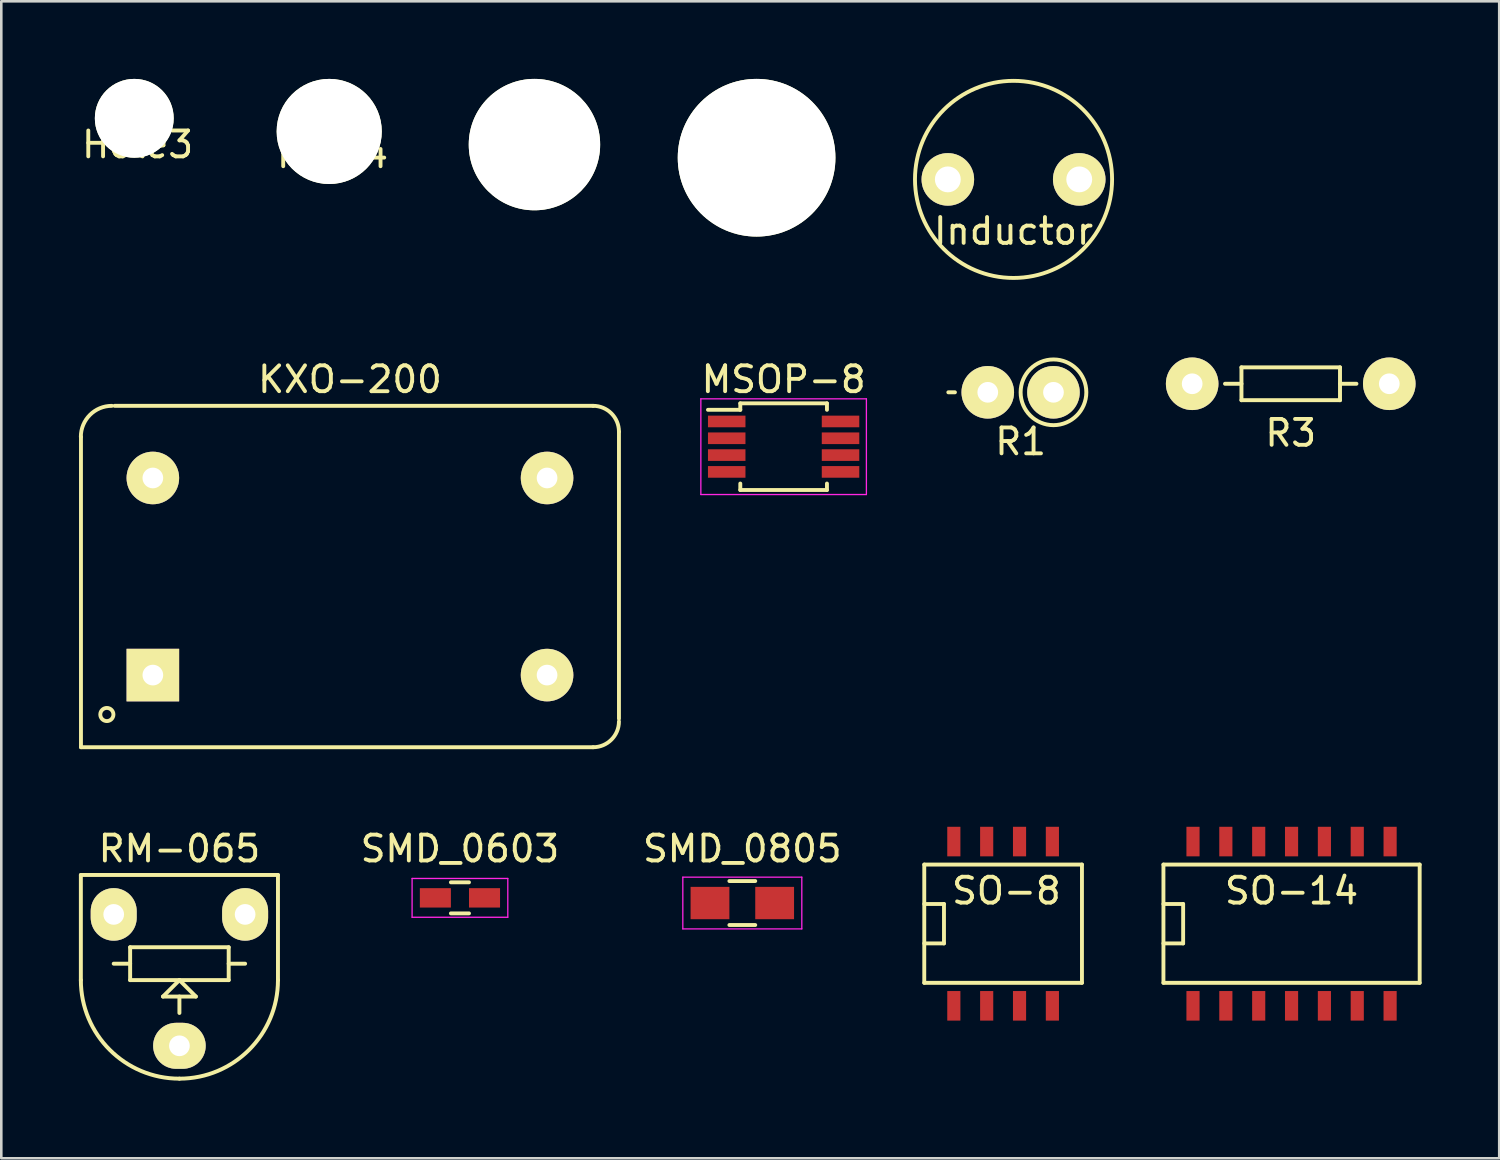
<source format=kicad_pcb>
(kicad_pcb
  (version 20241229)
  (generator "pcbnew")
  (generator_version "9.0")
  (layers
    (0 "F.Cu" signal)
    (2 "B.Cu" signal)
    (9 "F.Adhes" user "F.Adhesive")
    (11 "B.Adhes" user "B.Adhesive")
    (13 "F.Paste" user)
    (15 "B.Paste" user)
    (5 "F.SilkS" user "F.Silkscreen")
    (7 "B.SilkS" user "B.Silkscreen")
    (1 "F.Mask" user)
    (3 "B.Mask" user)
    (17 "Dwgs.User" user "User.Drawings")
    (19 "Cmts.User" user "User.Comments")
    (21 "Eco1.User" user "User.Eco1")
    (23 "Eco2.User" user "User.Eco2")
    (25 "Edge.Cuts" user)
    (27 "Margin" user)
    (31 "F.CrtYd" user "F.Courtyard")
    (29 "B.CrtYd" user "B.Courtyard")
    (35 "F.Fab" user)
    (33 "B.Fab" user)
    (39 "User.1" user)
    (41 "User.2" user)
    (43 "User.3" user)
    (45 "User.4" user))
  (footprint "MSOP-8"
    (layer "F.Cu")
    (at 27.244 14.218)
    (property "Reference" "MSOP-8" (at 0 -2.6 0) (layer "F.SilkS") (effects (font (size 1 1) (thickness 0.15))))
    (attr smd)
    (fp_line (start -1.675 -1.675) (end -1.675 -1.425) (stroke (width 0.15) (type solid)) (layer "F.SilkS"))
    (fp_line (start -1.675 -1.675) (end 1.675 -1.675) (stroke (width 0.15) (type solid)) (layer "F.SilkS"))
    (fp_line (start -1.675 -1.425) (end -2.925 -1.425) (stroke (width 0.15) (type solid)) (layer "F.SilkS"))
    (fp_line (start -1.675 1.675) (end -1.675 1.425) (stroke (width 0.15) (type solid)) (layer "F.SilkS"))
    (fp_line (start -1.675 1.675) (end 1.675 1.675) (stroke (width 0.15) (type solid)) (layer "F.SilkS"))
    (fp_line (start 1.675 -1.675) (end 1.675 -1.425) (stroke (width 0.15) (type solid)) (layer "F.SilkS"))
    (fp_line (start 1.675 1.675) (end 1.675 1.425) (stroke (width 0.15) (type solid)) (layer "F.SilkS"))
    (fp_line (start -3.2 -1.85) (end -3.2 1.85) (stroke (width 0.05) (type solid)) (layer "F.CrtYd"))
    (fp_line (start -3.2 -1.85) (end 3.2 -1.85) (stroke (width 0.05) (type solid)) (layer "F.CrtYd"))
    (fp_line (start -3.2 1.85) (end 3.2 1.85) (stroke (width 0.05) (type solid)) (layer "F.CrtYd"))
    (fp_line (start 3.2 -1.85) (end 3.2 1.85) (stroke (width 0.05) (type solid)) (layer "F.CrtYd"))
    (pad "1" smd rect (at -2.2 -0.975) (size 1.45 0.45) (layers "F.Cu" "F.Mask" "F.Paste"))
    (pad "2" smd rect (at -2.2 -0.325) (size 1.45 0.45) (layers "F.Cu" "F.Mask" "F.Paste"))
    (pad "3" smd rect (at -2.2 0.325) (size 1.45 0.45) (layers "F.Cu" "F.Mask" "F.Paste"))
    (pad "4" smd rect (at -2.2 0.975) (size 1.45 0.45) (layers "F.Cu" "F.Mask" "F.Paste"))
    (pad "5" smd rect (at 2.2 0.975) (size 1.45 0.45) (layers "F.Cu" "F.Mask" "F.Paste"))
    (pad "6" smd rect (at 2.2 0.325) (size 1.45 0.45) (layers "F.Cu" "F.Mask" "F.Paste"))
    (pad "7" smd rect (at 2.2 -0.325) (size 1.45 0.45) (layers "F.Cu" "F.Mask" "F.Paste"))
    (pad "8" smd rect (at 2.2 -0.975) (size 1.45 0.45) (layers "F.Cu" "F.Mask" "F.Paste")))
  (footprint "SO-14"
    (layer "F.Cu")
    (at 46.88 32.659)
    (property "Reference" "SO-14" (at 0 -1.27 0) (layer "F.SilkS") (effects (font (size 1 1) (thickness 0.15))))
    (attr smd)
    (fp_line (start -4.953 -2.286) (end 4.953 -2.286) (stroke (width 0.15) (type solid)) (layer "F.SilkS"))
    (fp_line (start -4.953 -0.762) (end -4.191 -0.762) (stroke (width 0.15) (type solid)) (layer "F.SilkS"))
    (fp_line (start -4.953 2.286) (end -4.953 -2.286) (stroke (width 0.15) (type solid)) (layer "F.SilkS"))
    (fp_line (start -4.191 -0.762) (end -4.191 0.762) (stroke (width 0.15) (type solid)) (layer "F.SilkS"))
    (fp_line (start -4.191 0.762) (end -4.953 0.762) (stroke (width 0.15) (type solid)) (layer "F.SilkS"))
    (fp_line (start 4.953 -2.286) (end 4.953 2.286) (stroke (width 0.15) (type solid)) (layer "F.SilkS"))
    (fp_line (start 4.953 2.286) (end -4.953 2.286) (stroke (width 0.15) (type solid)) (layer "F.SilkS"))
    (pad "1" smd rect (at -3.81 3.175) (size 0.508 1.143) (layers "F.Cu" "F.Mask" "F.Paste"))
    (pad "2" smd rect (at -2.54 3.175) (size 0.508 1.143) (layers "F.Cu" "F.Mask" "F.Paste"))
    (pad "3" smd rect (at -1.27 3.175) (size 0.508 1.143) (layers "F.Cu" "F.Mask" "F.Paste"))
    (pad "4" smd rect (at 0 3.175) (size 0.508 1.143) (layers "F.Cu" "F.Mask" "F.Paste"))
    (pad "5" smd rect (at 1.27 3.175) (size 0.508 1.143) (layers "F.Cu" "F.Mask" "F.Paste"))
    (pad "6" smd rect (at 2.54 3.175) (size 0.508 1.143) (layers "F.Cu" "F.Mask" "F.Paste"))
    (pad "7" smd rect (at 3.81 3.175) (size 0.508 1.143) (layers "F.Cu" "F.Mask" "F.Paste"))
    (pad "8" smd rect (at 3.81 -3.175) (size 0.508 1.143) (layers "F.Cu" "F.Mask" "F.Paste"))
    (pad "9" smd rect (at 2.54 -3.175) (size 0.508 1.143) (layers "F.Cu" "F.Mask" "F.Paste"))
    (pad "10" smd rect (at 1.27 -3.175) (size 0.508 1.143) (layers "F.Cu" "F.Mask" "F.Paste"))
    (pad "11" smd rect (at 0 -3.175) (size 0.508 1.143) (layers "F.Cu" "F.Mask" "F.Paste"))
    (pad "12" smd rect (at -1.27 -3.175) (size 0.508 1.143) (layers "F.Cu" "F.Mask" "F.Paste"))
    (pad "13" smd rect (at -2.54 -3.175) (size 0.508 1.143) (layers "F.Cu" "F.Mask" "F.Paste"))
    (pad "14" smd rect (at -3.81 -3.175) (size 0.508 1.143) (layers "F.Cu" "F.Mask" "F.Paste")))
  (footprint "Inductor"
    (layer "F.Cu")
    (at 36.132 3.885)
    (property "Reference" "Inductor" (at 0 1.999 0) (layer "F.SilkS") (effects (font (size 1 1) (thickness 0.15))))
    (attr through_hole)
    (fp_circle (center 0 0) (end 3.81 0) (stroke (width 0.15) (type solid)) (fill no) (layer "F.SilkS"))
    (pad "1" thru_hole circle (at -2.54 0) (size 2.032 2.032) (drill 1) (layers "*.Cu" "*.Mask" "F.SilkS"))
    (pad "2" thru_hole circle (at 2.54 0) (size 2.032 2.032) (drill 1) (layers "*.Cu" "*.Mask" "F.SilkS")))
  (footprint "Hole4"
    (layer "F.Cu")
    (at 9.677 2.032)
    (property "Reference" "Hole4" (at 0.127 0.889 0) (layer "F.SilkS") (effects (font (size 1 1) (thickness 0.15))))
    (attr through_hole)
    (pad "" np_thru_hole circle (at 0 0) (size 4.064 4.064) (drill 4.064) (layers "*.Cu" "*.Mask" "F.SilkS")))
  (footprint "R1"
    (layer "F.Cu")
    (at 36.406 12.116)
    (property "Reference" "R1" (at 0 1.905 0) (layer "F.SilkS") (effects (font (size 1 1) (thickness 0.15))))
    (attr through_hole)
    (fp_line (start -2.54 0) (end -2.794 0) (stroke (width 0.152) (type solid)) (layer "F.SilkS"))
    (fp_circle (center 1.27 0) (end 2.286 -0.762) (stroke (width 0.152) (type solid)) (fill no) (layer "F.SilkS"))
    (pad "1" thru_hole circle (at 1.27 0) (size 2.032 2.032) (drill 0.8) (layers "*.Cu" "*.Mask" "F.SilkS"))
    (pad "2" thru_hole circle (at -1.27 0) (size 2.032 2.032) (drill 0.8) (layers "*.Cu" "*.Mask" "F.SilkS")))
  (footprint "Hole6"
    (layer "F.Cu")
    (at 26.199 3.048)
    (property "Reference" "Hole6" (at 0.127 1.016 0) (layer "F.SilkS") (effects (font (size 1 1) (thickness 0.15))))
    (attr through_hole)
    (pad "" np_thru_hole circle (at 0 0) (size 6.096 6.096) (drill 6.096) (layers "*.Cu" "*.Mask" "F.SilkS")))
  (footprint "R3"
    (layer "F.Cu")
    (at 46.848 11.786)
    (property "Reference" "R3" (at 0 1.905 0) (layer "F.SilkS") (effects (font (size 1 1) (thickness 0.15))))
    (attr through_hole)
    (fp_line (start -2.54 0) (end -1.905 0) (stroke (width 0.152) (type solid)) (layer "F.SilkS"))
    (fp_line (start -1.905 -0.635) (end -1.905 0.635) (stroke (width 0.152) (type solid)) (layer "F.SilkS"))
    (fp_line (start -1.905 0.635) (end 1.905 0.635) (stroke (width 0.152) (type solid)) (layer "F.SilkS"))
    (fp_line (start 1.905 -0.635) (end -1.905 -0.635) (stroke (width 0.152) (type solid)) (layer "F.SilkS"))
    (fp_line (start 1.905 0.635) (end 1.905 -0.635) (stroke (width 0.152) (type solid)) (layer "F.SilkS"))
    (fp_line (start 2.54 0) (end 1.905 0) (stroke (width 0.152) (type solid)) (layer "F.SilkS"))
    (pad "1" thru_hole circle (at 3.81 0) (size 2.032 2.032) (drill 0.8) (layers "*.Cu" "*.Mask" "F.SilkS"))
    (pad "2" thru_hole circle (at -3.81 0) (size 2.032 2.032) (drill 0.8) (layers "*.Cu" "*.Mask" "F.SilkS")))
  (footprint "Hole3"
    (layer "F.Cu")
    (at 2.141 1.524)
    (property "Reference" "Hole3" (at 0.127 1.016 0) (layer "F.SilkS") (effects (font (size 1 1) (thickness 0.15))))
    (attr through_hole)
    (pad "" np_thru_hole circle (at 0 0) (size 3.048 3.048) (drill 3.048) (layers "*.Cu" "*.Mask" "F.SilkS")))
  (footprint "SMD_0603"
    (layer "F.Cu")
    (at 14.731 31.66)
    (property "Reference" "SMD_0603" (at 0 -1.9 0) (layer "F.SilkS") (effects (font (size 1 1) (thickness 0.15))))
    (attr smd)
    (fp_line (start -0.35 -0.6) (end 0.35 -0.6) (stroke (width 0.15) (type solid)) (layer "F.SilkS"))
    (fp_line (start 0.35 0.6) (end -0.35 0.6) (stroke (width 0.15) (type solid)) (layer "F.SilkS"))
    (fp_line (start -1.85 -0.75) (end -1.85 0.75) (stroke (width 0.05) (type solid)) (layer "F.CrtYd"))
    (fp_line (start -1.85 -0.75) (end 1.85 -0.75) (stroke (width 0.05) (type solid)) (layer "F.CrtYd"))
    (fp_line (start -1.85 0.75) (end 1.85 0.75) (stroke (width 0.05) (type solid)) (layer "F.CrtYd"))
    (fp_line (start 1.85 -0.75) (end 1.85 0.75) (stroke (width 0.05) (type solid)) (layer "F.CrtYd"))
    (pad "1" smd rect (at -0.95 0) (size 1.2 0.75) (layers "F.Cu" "F.Mask" "F.Paste"))
    (pad "2" smd rect (at 0.95 0) (size 1.2 0.75) (layers "F.Cu" "F.Mask" "F.Paste")))
  (footprint "Hole5"
    (layer "F.Cu")
    (at 17.611 2.54)
    (property "Reference" "Hole5" (at 0.127 1.016 0) (layer "F.SilkS") (effects (font (size 1 1) (thickness 0.15))))
    (attr through_hole)
    (pad "" np_thru_hole circle (at 0 0) (size 5.08 5.08) (drill 5.08) (layers "*.Cu" "*.Mask" "F.SilkS")))
  (footprint "SMD_0805"
    (layer "F.Cu")
    (at 25.647 31.86)
    (property "Reference" "SMD_0805" (at 0 -2.1 0) (layer "F.SilkS") (effects (font (size 1 1) (thickness 0.15))))
    (attr smd)
    (fp_line (start -0.5 0.85) (end 0.5 0.85) (stroke (width 0.15) (type solid)) (layer "F.SilkS"))
    (fp_line (start 0.5 -0.85) (end -0.5 -0.85) (stroke (width 0.15) (type solid)) (layer "F.SilkS"))
    (fp_line (start -2.3 -1) (end -2.3 1) (stroke (width 0.05) (type solid)) (layer "F.CrtYd"))
    (fp_line (start -2.3 -1) (end 2.3 -1) (stroke (width 0.05) (type solid)) (layer "F.CrtYd"))
    (fp_line (start -2.3 1) (end 2.3 1) (stroke (width 0.05) (type solid)) (layer "F.CrtYd"))
    (fp_line (start 2.3 -1) (end 2.3 1) (stroke (width 0.05) (type solid)) (layer "F.CrtYd"))
    (pad "1" smd rect (at -1.25 0) (size 1.5 1.25) (layers "F.Cu" "F.Mask" "F.Paste"))
    (pad "2" smd rect (at 1.25 0) (size 1.5 1.25) (layers "F.Cu" "F.Mask" "F.Paste")))
  (footprint "SO-8"
    (layer "F.Cu")
    (at 35.729 32.659)
    (property "Reference" "SO-8" (at 0.127 -1.27 0) (layer "F.SilkS") (effects (font (size 1 1) (thickness 0.15))))
    (attr smd)
    (fp_line (start -3.048 -2.286) (end 3.048 -2.286) (stroke (width 0.15) (type solid)) (layer "F.SilkS"))
    (fp_line (start -3.048 -0.762) (end -2.286 -0.762) (stroke (width 0.15) (type solid)) (layer "F.SilkS"))
    (fp_line (start -3.048 2.286) (end -3.048 -2.286) (stroke (width 0.15) (type solid)) (layer "F.SilkS"))
    (fp_line (start -2.286 -0.762) (end -2.286 0.762) (stroke (width 0.15) (type solid)) (layer "F.SilkS"))
    (fp_line (start -2.286 0.762) (end -3.048 0.762) (stroke (width 0.15) (type solid)) (layer "F.SilkS"))
    (fp_line (start 3.048 -2.286) (end 3.048 2.286) (stroke (width 0.15) (type solid)) (layer "F.SilkS"))
    (fp_line (start 3.048 2.286) (end -3.048 2.286) (stroke (width 0.15) (type solid)) (layer "F.SilkS"))
    (pad "1" smd rect (at -1.905 3.175) (size 0.508 1.143) (layers "F.Cu" "F.Mask" "F.Paste"))
    (pad "2" smd rect (at -0.635 3.175) (size 0.508 1.143) (layers "F.Cu" "F.Mask" "F.Paste"))
    (pad "3" smd rect (at 0.635 3.175) (size 0.508 1.143) (layers "F.Cu" "F.Mask" "F.Paste"))
    (pad "4" smd rect (at 1.905 3.175) (size 0.508 1.143) (layers "F.Cu" "F.Mask" "F.Paste"))
    (pad "5" smd rect (at 1.905 -3.175) (size 0.508 1.143) (layers "F.Cu" "F.Mask" "F.Paste"))
    (pad "6" smd rect (at 0.635 -3.175) (size 0.508 1.143) (layers "F.Cu" "F.Mask" "F.Paste"))
    (pad "7" smd rect (at -0.635 -3.175) (size 0.508 1.143) (layers "F.Cu" "F.Mask" "F.Paste"))
    (pad "8" smd rect (at -1.905 -3.175) (size 0.508 1.143) (layers "F.Cu" "F.Mask" "F.Paste")))
  (footprint "RM-065"
    (layer "F.Cu")
    (at 3.886 32.3)
    (property "Reference" "RM-065" (at 0 -2.54 0) (layer "F.SilkS") (effects (font (size 1 1) (thickness 0.15))))
    (attr through_hole)
    (fp_line (start -3.81 -1.524) (end -3.81 2.54) (stroke (width 0.152) (type solid)) (layer "F.SilkS"))
    (fp_line (start -2.54 1.905) (end -1.905 1.905) (stroke (width 0.152) (type solid)) (layer "F.SilkS"))
    (fp_line (start -1.905 1.27) (end -1.905 2.54) (stroke (width 0.152) (type solid)) (layer "F.SilkS"))
    (fp_line (start -1.905 2.54) (end 1.905 2.54) (stroke (width 0.152) (type solid)) (layer "F.SilkS"))
    (fp_line (start -0.635 3.175) (end 0.635 3.175) (stroke (width 0.152) (type solid)) (layer "F.SilkS"))
    (fp_line (start 0 2.54) (end -0.635 3.175) (stroke (width 0.152) (type solid)) (layer "F.SilkS"))
    (fp_line (start 0 3.81) (end 0 3.175) (stroke (width 0.152) (type solid)) (layer "F.SilkS"))
    (fp_line (start 0.635 3.175) (end 0 2.54) (stroke (width 0.152) (type solid)) (layer "F.SilkS"))
    (fp_line (start 1.905 1.27) (end -1.905 1.27) (stroke (width 0.152) (type solid)) (layer "F.SilkS"))
    (fp_line (start 1.905 1.905) (end 2.54 1.905) (stroke (width 0.152) (type solid)) (layer "F.SilkS"))
    (fp_line (start 1.905 2.54) (end 1.905 1.27) (stroke (width 0.152) (type solid)) (layer "F.SilkS"))
    (fp_line (start 3.81 -1.524) (end -3.81 -1.524) (stroke (width 0.152) (type solid)) (layer "F.SilkS"))
    (fp_line (start 3.81 2.54) (end 3.81 -1.524) (stroke (width 0.152) (type solid)) (layer "F.SilkS"))
    (fp_arc (start 0 6.35) (mid -2.694077 5.234077) (end -3.81 2.54) (stroke (width 0.1524) (type solid)) (layer "F.SilkS"))
    (fp_arc (start 3.81 2.54) (mid 2.694077 5.234077) (end 0 6.35) (stroke (width 0.1524) (type solid)) (layer "F.SilkS"))
    (pad "1" thru_hole oval (at -2.54 0) (size 1.778 2.032) (drill 0.8) (layers "*.Cu" "*.Mask" "F.SilkS"))
    (pad "2" thru_hole oval (at 0 5.08) (size 2.032 1.778) (drill 0.8) (layers "*.Cu" "*.Mask" "F.SilkS"))
    (pad "3" thru_hole oval (at 2.54 0) (size 1.778 2.032) (drill 0.8) (layers "*.Cu" "*.Mask" "F.SilkS")))
  (footprint "KXO-200"
    (layer "F.Cu")
    (at 10.479 19.238)
    (property "Reference" "KXO-200" (at 0 -7.62 0) (layer "F.SilkS") (effects (font (size 1 1) (thickness 0.15))))
    (attr through_hole)
    (fp_line (start -10.399 -5.4) (end -10.399 6.599) (stroke (width 0.15) (type solid)) (layer "F.SilkS"))
    (fp_line (start -9.101 -6.599) (end 9.401 -6.599) (stroke (width 0.15) (type solid)) (layer "F.SilkS"))
    (fp_line (start 9.401 6.599) (end -10.399 6.599) (stroke (width 0.15) (type solid)) (layer "F.SilkS"))
    (fp_line (start 10.399 -5.601) (end 10.399 5.499) (stroke (width 0.15) (type solid)) (layer "F.SilkS"))
    (fp_arc (start -10.40384 -5.40004) (mid -10.052696 -6.247776) (end -9.20496 -6.59892) (stroke (width 0.15) (type solid)) (layer "F.SilkS"))
    (fp_arc (start 9.40054 -6.59892) (mid 10.106388 -6.306548) (end 10.39876 -5.6007) (stroke (width 0.15) (type solid)) (layer "F.SilkS"))
    (fp_arc (start 10.39876 5.6007) (mid 10.106388 6.306548) (end 9.40054 6.59892) (stroke (width 0.15) (type solid)) (layer "F.SilkS"))
    (fp_circle (center -9.398 5.334) (end -9.398 5.588) (stroke (width 0.15) (type solid)) (fill no) (layer "F.SilkS"))
    (pad "1" thru_hole rect (at -7.62 3.81) (size 2.032 2.032) (drill 0.8) (layers "*.Cu" "*.Mask" "F.SilkS"))
    (pad "7" thru_hole circle (at 7.62 3.81) (size 2.032 2.032) (drill 0.8) (layers "*.Cu" "*.Mask" "F.SilkS"))
    (pad "8" thru_hole circle (at 7.62 -3.81) (size 2.032 2.032) (drill 0.8) (layers "*.Cu" "*.Mask" "F.SilkS"))
    (pad "14" thru_hole circle (at -7.62 -3.81) (size 2.032 2.032) (drill 0.8) (layers "*.Cu" "*.Mask" "F.SilkS")))
  (gr_rect
    (start -3 -3)
    (end 54.908 41.727)
    (stroke (width 0.1) (type default))
    (fill no)
    (layer "Edge.Cuts")))
</source>
